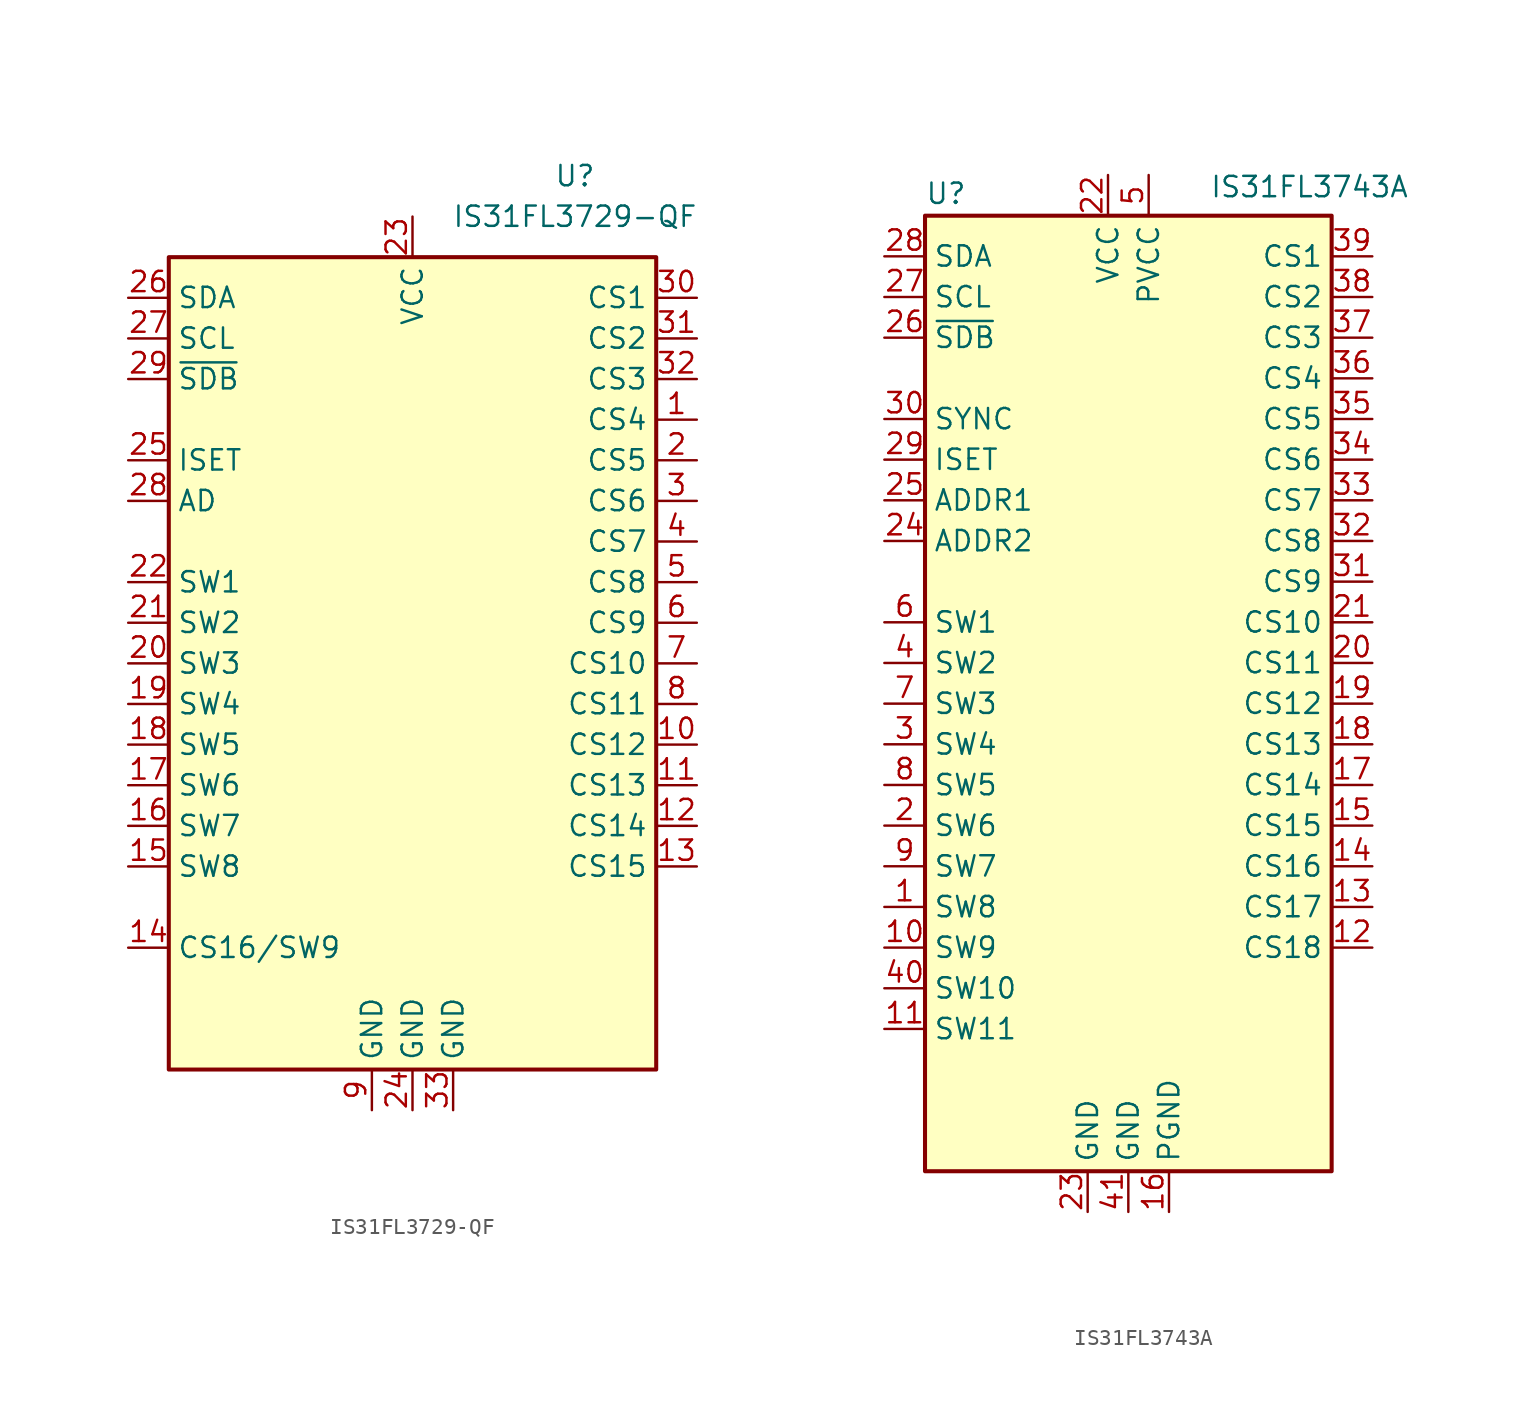
<source format=kicad_sym>
(kicad_symbol_lib
  (version 20231120)
  (generator "kicad_symbol_editor")
  (generator_version "8.0")
  (symbol "IS31FL3729-QF"
    (property "Reference" "U"
      (at 10.16 30.48 0)
      (effects (font (size 1.27 1.27))))
    (property "Value" "IS31FL3729-QF"
      (at 10.16 27.94 0)
      (effects (font (size 1.27 1.27))))
    (symbol "IS31FL3729-QF_0_1"
      (rectangle (start -15.24 25.4) (end 15.24 -25.4) (stroke (width 0.254) (type default)) (fill (type background))))
    (symbol "IS31FL3729-QF_1_1"
      (pin output line (at 17.78 15.24 180) (length 2.54) (name "CS4" (effects (font (size 1.27 1.27)))) (number "1" (effects (font (size 1.27 1.27)))))
      (pin output line (at 17.78 -5.08 180) (length 2.54) (name "CS12" (effects (font (size 1.27 1.27)))) (number "10" (effects (font (size 1.27 1.27)))))
      (pin output line (at 17.78 -7.62 180) (length 2.54) (name "CS13" (effects (font (size 1.27 1.27)))) (number "11" (effects (font (size 1.27 1.27)))))
      (pin output line (at 17.78 -10.16 180) (length 2.54) (name "CS14" (effects (font (size 1.27 1.27)))) (number "12" (effects (font (size 1.27 1.27)))))
      (pin output line (at 17.78 -12.7 180) (length 2.54) (name "CS15" (effects (font (size 1.27 1.27)))) (number "13" (effects (font (size 1.27 1.27)))))
      (pin output line (at -17.78 -17.78 0) (length 2.54) (name "CS16/SW9" (effects (font (size 1.27 1.27)))) (number "14" (effects (font (size 1.27 1.27)))))
      (pin input line (at -17.78 -12.7 0) (length 2.54) (name "SW8" (effects (font (size 1.27 1.27)))) (number "15" (effects (font (size 1.27 1.27)))))
      (pin input line (at -17.78 -10.16 0) (length 2.54) (name "SW7" (effects (font (size 1.27 1.27)))) (number "16" (effects (font (size 1.27 1.27)))))
      (pin input line (at -17.78 -7.62 0) (length 2.54) (name "SW6" (effects (font (size 1.27 1.27)))) (number "17" (effects (font (size 1.27 1.27)))))
      (pin input line (at -17.78 -5.08 0) (length 2.54) (name "SW5" (effects (font (size 1.27 1.27)))) (number "18" (effects (font (size 1.27 1.27)))))
      (pin input line (at -17.78 -2.54 0) (length 2.54) (name "SW4" (effects (font (size 1.27 1.27)))) (number "19" (effects (font (size 1.27 1.27)))))
      (pin output line (at 17.78 12.7 180) (length 2.54) (name "CS5" (effects (font (size 1.27 1.27)))) (number "2" (effects (font (size 1.27 1.27)))))
      (pin input line (at -17.78 0 0) (length 2.54) (name "SW3" (effects (font (size 1.27 1.27)))) (number "20" (effects (font (size 1.27 1.27)))))
      (pin input line (at -17.78 2.54 0) (length 2.54) (name "SW2" (effects (font (size 1.27 1.27)))) (number "21" (effects (font (size 1.27 1.27)))))
      (pin input line (at -17.78 5.08 0) (length 2.54) (name "SW1" (effects (font (size 1.27 1.27)))) (number "22" (effects (font (size 1.27 1.27)))))
      (pin power_in line (at 0 27.94 270) (length 2.54) (name "VCC" (effects (font (size 1.27 1.27)))) (number "23" (effects (font (size 1.27 1.27)))))
      (pin power_in line (at 0 -27.94 90) (length 2.54) (name "GND" (effects (font (size 1.27 1.27)))) (number "24" (effects (font (size 1.27 1.27)))))
      (pin passive line (at -17.78 12.7 0) (length 2.54) (name "ISET" (effects (font (size 1.27 1.27)))) (number "25" (effects (font (size 1.27 1.27)))))
      (pin bidirectional line (at -17.78 22.86 0) (length 2.54) (name "SDA" (effects (font (size 1.27 1.27)))) (number "26" (effects (font (size 1.27 1.27)))))
      (pin input line (at -17.78 20.32 0) (length 2.54) (name "SCL" (effects (font (size 1.27 1.27)))) (number "27" (effects (font (size 1.27 1.27)))))
      (pin input line (at -17.78 10.16 0) (length 2.54) (name "AD" (effects (font (size 1.27 1.27)))) (number "28" (effects (font (size 1.27 1.27)))))
      (pin input line (at -17.78 17.78 0) (length 2.54) (name "~{SDB}" (effects (font (size 1.27 1.27)))) (number "29" (effects (font (size 1.27 1.27)))))
      (pin output line (at 17.78 10.16 180) (length 2.54) (name "CS6" (effects (font (size 1.27 1.27)))) (number "3" (effects (font (size 1.27 1.27)))))
      (pin output line (at 17.78 22.86 180) (length 2.54) (name "CS1" (effects (font (size 1.27 1.27)))) (number "30" (effects (font (size 1.27 1.27)))))
      (pin output line (at 17.78 20.32 180) (length 2.54) (name "CS2" (effects (font (size 1.27 1.27)))) (number "31" (effects (font (size 1.27 1.27)))))
      (pin output line (at 17.78 17.78 180) (length 2.54) (name "CS3" (effects (font (size 1.27 1.27)))) (number "32" (effects (font (size 1.27 1.27)))))
      (pin power_in line (at 2.54 -27.94 90) (length 2.54) (name "GND" (effects (font (size 1.27 1.27)))) (number "33" (effects (font (size 1.27 1.27)))))
      (pin output line (at 17.78 7.62 180) (length 2.54) (name "CS7" (effects (font (size 1.27 1.27)))) (number "4" (effects (font (size 1.27 1.27)))))
      (pin output line (at 17.78 5.08 180) (length 2.54) (name "CS8" (effects (font (size 1.27 1.27)))) (number "5" (effects (font (size 1.27 1.27)))))
      (pin output line (at 17.78 2.54 180) (length 2.54) (name "CS9" (effects (font (size 1.27 1.27)))) (number "6" (effects (font (size 1.27 1.27)))))
      (pin output line (at 17.78 0 180) (length 2.54) (name "CS10" (effects (font (size 1.27 1.27)))) (number "7" (effects (font (size 1.27 1.27)))))
      (pin output line (at 17.78 -2.54 180) (length 2.54) (name "CS11" (effects (font (size 1.27 1.27)))) (number "8" (effects (font (size 1.27 1.27)))))
      (pin power_in line (at -2.54 -27.94 90) (length 2.54) (name "GND" (effects (font (size 1.27 1.27)))) (number "9" (effects (font (size 1.27 1.27)))))))
  (symbol "IS31FL3743A"
    (property "Reference" "U"
      (at -12.7 33.655 0)
      (effects (font (size 1.27 1.27)) (justify left bottom)))
    (property "Value" "IS31FL3743A"
      (at 5.08 35.56 0)
      (effects (font (size 1.27 1.27)) (justify left top)))
    (symbol "IS31FL3743A_0_1"
      (rectangle (start -12.7 33.02) (end 12.7 -26.67) (stroke (width 0.254) (type default)) (fill (type background))))
    (symbol "IS31FL3743A_1_1"
      (pin input line (at -15.24 -10.16 0) (length 2.54) (name "SW8" (effects (font (size 1.27 1.27)))) (number "1" (effects (font (size 1.27 1.27)))))
      (pin input line (at -15.24 -12.7 0) (length 2.54) (name "SW9" (effects (font (size 1.27 1.27)))) (number "10" (effects (font (size 1.27 1.27)))))
      (pin input line (at -15.24 -17.78 0) (length 2.54) (name "SW11" (effects (font (size 1.27 1.27)))) (number "11" (effects (font (size 1.27 1.27)))))
      (pin output line (at 15.24 -12.7 180) (length 2.54) (name "CS18" (effects (font (size 1.27 1.27)))) (number "12" (effects (font (size 1.27 1.27)))))
      (pin output line (at 15.24 -10.16 180) (length 2.54) (name "CS17" (effects (font (size 1.27 1.27)))) (number "13" (effects (font (size 1.27 1.27)))))
      (pin output line (at 15.24 -7.62 180) (length 2.54) (name "CS16" (effects (font (size 1.27 1.27)))) (number "14" (effects (font (size 1.27 1.27)))))
      (pin output line (at 15.24 -5.08 180) (length 2.54) (name "CS15" (effects (font (size 1.27 1.27)))) (number "15" (effects (font (size 1.27 1.27)))))
      (pin power_in line (at 2.54 -29.21 90) (length 2.54) (name "PGND" (effects (font (size 1.27 1.27)))) (number "16" (effects (font (size 1.27 1.27)))))
      (pin output line (at 15.24 -2.54 180) (length 2.54) (name "CS14" (effects (font (size 1.27 1.27)))) (number "17" (effects (font (size 1.27 1.27)))))
      (pin output line (at 15.24 0 180) (length 2.54) (name "CS13" (effects (font (size 1.27 1.27)))) (number "18" (effects (font (size 1.27 1.27)))))
      (pin output line (at 15.24 2.54 180) (length 2.54) (name "CS12" (effects (font (size 1.27 1.27)))) (number "19" (effects (font (size 1.27 1.27)))))
      (pin input line (at -15.24 -5.08 0) (length 2.54) (name "SW6" (effects (font (size 1.27 1.27)))) (number "2" (effects (font (size 1.27 1.27)))))
      (pin output line (at 15.24 5.08 180) (length 2.54) (name "CS11" (effects (font (size 1.27 1.27)))) (number "20" (effects (font (size 1.27 1.27)))))
      (pin output line (at 15.24 7.62 180) (length 2.54) (name "CS10" (effects (font (size 1.27 1.27)))) (number "21" (effects (font (size 1.27 1.27)))))
      (pin power_in line (at -1.27 35.56 270) (length 2.54) (name "VCC" (effects (font (size 1.27 1.27)))) (number "22" (effects (font (size 1.27 1.27)))))
      (pin power_in line (at -2.54 -29.21 90) (length 2.54) (name "GND" (effects (font (size 1.27 1.27)))) (number "23" (effects (font (size 1.27 1.27)))))
      (pin input line (at -15.24 12.7 0) (length 2.54) (name "ADDR2" (effects (font (size 1.27 1.27)))) (number "24" (effects (font (size 1.27 1.27)))))
      (pin input line (at -15.24 15.24 0) (length 2.54) (name "ADDR1" (effects (font (size 1.27 1.27)))) (number "25" (effects (font (size 1.27 1.27)))))
      (pin input line (at -15.24 25.4 0) (length 2.54) (name "~{SDB}" (effects (font (size 1.27 1.27)))) (number "26" (effects (font (size 1.27 1.27)))))
      (pin input line (at -15.24 27.94 0) (length 2.54) (name "SCL" (effects (font (size 1.27 1.27)))) (number "27" (effects (font (size 1.27 1.27)))))
      (pin bidirectional line (at -15.24 30.48 0) (length 2.54) (name "SDA" (effects (font (size 1.27 1.27)))) (number "28" (effects (font (size 1.27 1.27)))))
      (pin passive line (at -15.24 17.78 0) (length 2.54) (name "ISET" (effects (font (size 1.27 1.27)))) (number "29" (effects (font (size 1.27 1.27)))))
      (pin input line (at -15.24 0 0) (length 2.54) (name "SW4" (effects (font (size 1.27 1.27)))) (number "3" (effects (font (size 1.27 1.27)))))
      (pin input line (at -15.24 20.32 0) (length 2.54) (name "SYNC" (effects (font (size 1.27 1.27)))) (number "30" (effects (font (size 1.27 1.27)))))
      (pin output line (at 15.24 10.16 180) (length 2.54) (name "CS9" (effects (font (size 1.27 1.27)))) (number "31" (effects (font (size 1.27 1.27)))))
      (pin output line (at 15.24 12.7 180) (length 2.54) (name "CS8" (effects (font (size 1.27 1.27)))) (number "32" (effects (font (size 1.27 1.27)))))
      (pin output line (at 15.24 15.24 180) (length 2.54) (name "CS7" (effects (font (size 1.27 1.27)))) (number "33" (effects (font (size 1.27 1.27)))))
      (pin output line (at 15.24 17.78 180) (length 2.54) (name "CS6" (effects (font (size 1.27 1.27)))) (number "34" (effects (font (size 1.27 1.27)))))
      (pin output line (at 15.24 20.32 180) (length 2.54) (name "CS5" (effects (font (size 1.27 1.27)))) (number "35" (effects (font (size 1.27 1.27)))))
      (pin output line (at 15.24 22.86 180) (length 2.54) (name "CS4" (effects (font (size 1.27 1.27)))) (number "36" (effects (font (size 1.27 1.27)))))
      (pin output line (at 15.24 25.4 180) (length 2.54) (name "CS3" (effects (font (size 1.27 1.27)))) (number "37" (effects (font (size 1.27 1.27)))))
      (pin output line (at 15.24 27.94 180) (length 2.54) (name "CS2" (effects (font (size 1.27 1.27)))) (number "38" (effects (font (size 1.27 1.27)))))
      (pin output line (at 15.24 30.48 180) (length 2.54) (name "CS1" (effects (font (size 1.27 1.27)))) (number "39" (effects (font (size 1.27 1.27)))))
      (pin input line (at -15.24 5.08 0) (length 2.54) (name "SW2" (effects (font (size 1.27 1.27)))) (number "4" (effects (font (size 1.27 1.27)))))
      (pin input line (at -15.24 -15.24 0) (length 2.54) (name "SW10" (effects (font (size 1.27 1.27)))) (number "40" (effects (font (size 1.27 1.27)))))
      (pin power_in line (at 0 -29.21 90) (length 2.54) (name "GND" (effects (font (size 1.27 1.27)))) (number "41" (effects (font (size 1.27 1.27)))))
      (pin power_in line (at 1.27 35.56 270) (length 2.54) (name "PVCC" (effects (font (size 1.27 1.27)))) (number "5" (effects (font (size 1.27 1.27)))))
      (pin input line (at -15.24 7.62 0) (length 2.54) (name "SW1" (effects (font (size 1.27 1.27)))) (number "6" (effects (font (size 1.27 1.27)))))
      (pin input line (at -15.24 2.54 0) (length 2.54) (name "SW3" (effects (font (size 1.27 1.27)))) (number "7" (effects (font (size 1.27 1.27)))))
      (pin input line (at -15.24 -2.54 0) (length 2.54) (name "SW5" (effects (font (size 1.27 1.27)))) (number "8" (effects (font (size 1.27 1.27)))))
      (pin input line (at -15.24 -7.62 0) (length 2.54) (name "SW7" (effects (font (size 1.27 1.27)))) (number "9" (effects (font (size 1.27 1.27))))))))
</source>
